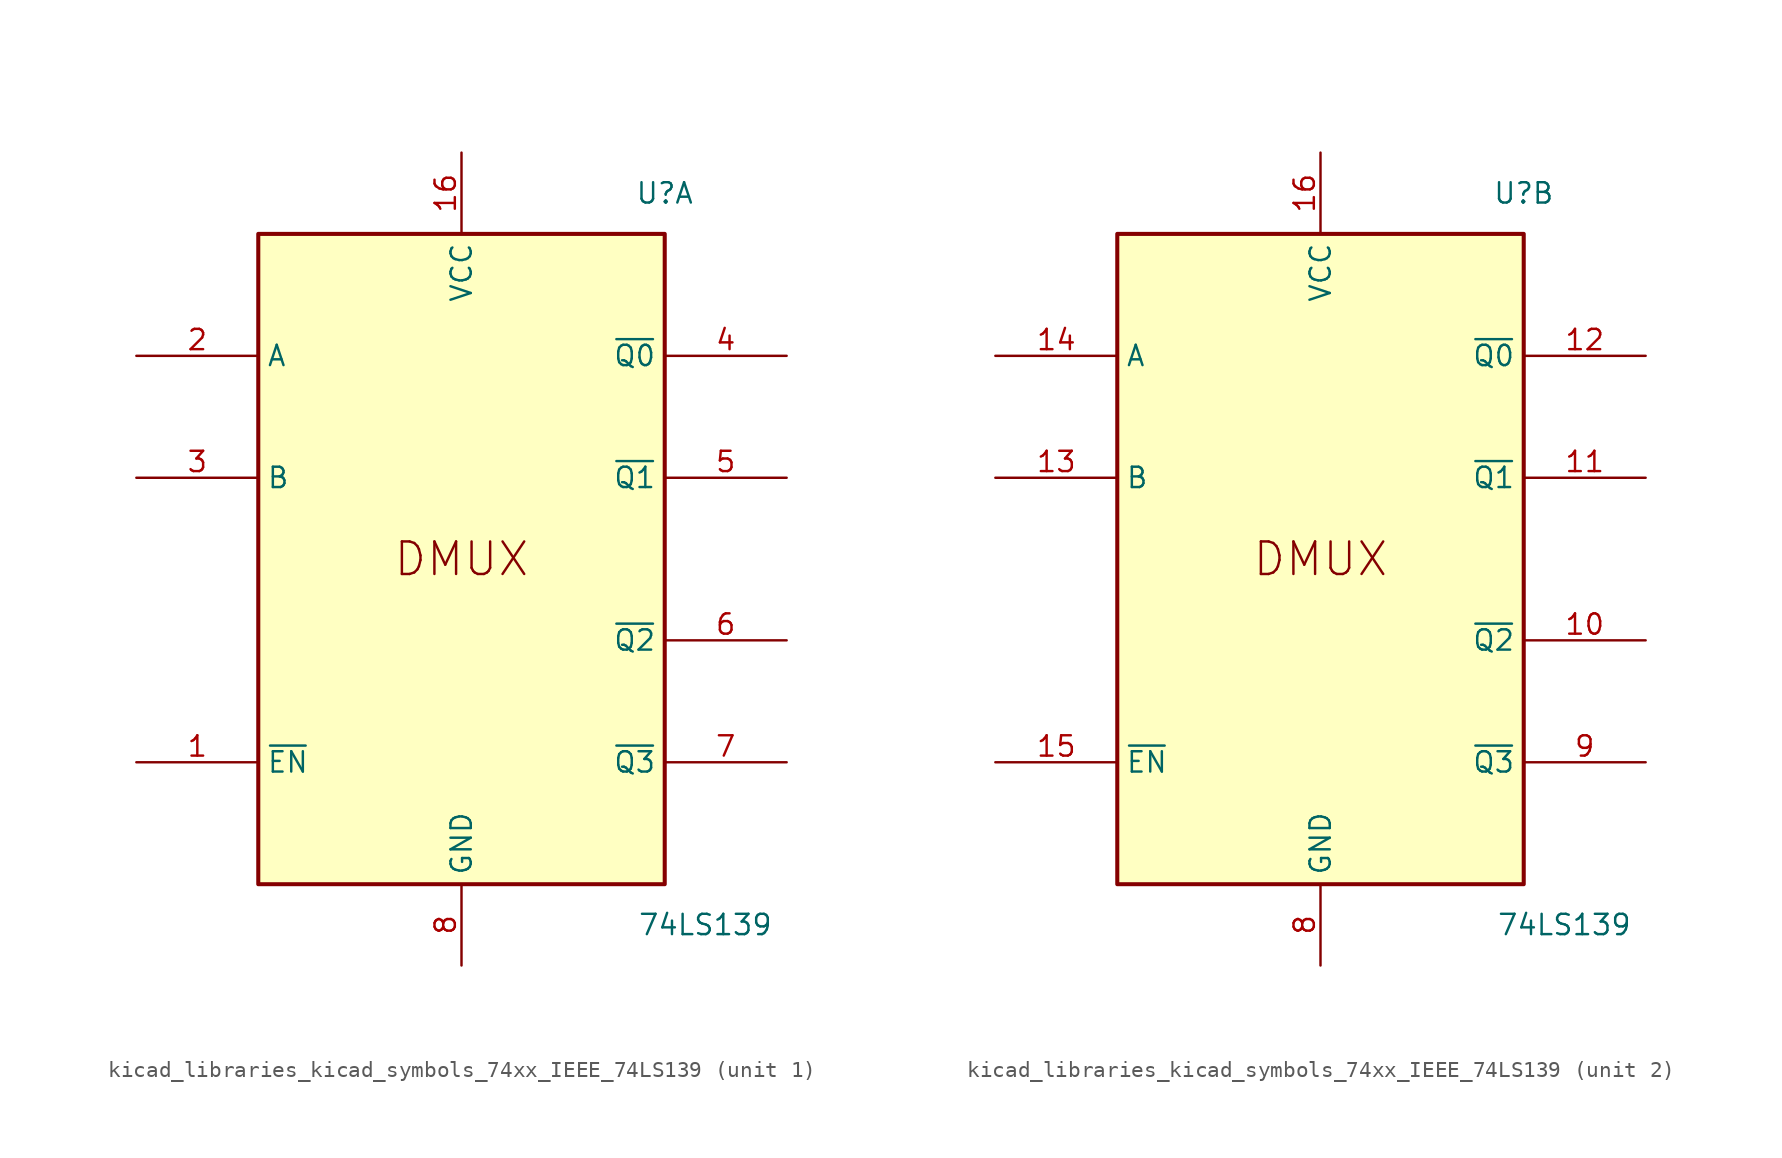
<source format=kicad_sym>
(kicad_symbol_lib
  (version 20220914)
  (generator kicad_symbol_editor)
  (symbol "kicad_libraries_kicad_symbols_74xx_IEEE_74LS139"
    (property "Reference" "U"
      (at 12.7 22.86 0)
      (effects (font (size 1.27 1.27))))
    (property "Value" "74LS139"
      (at 15.24 -22.86 0)
      (effects (font (size 1.27 1.27))))
    (symbol "kicad_libraries_kicad_symbols_74xx_IEEE_74LS139_0_0"
      (rectangle (start -12.7 20.32) (end 12.7 -20.32) (stroke (width 0.254) (type default)) (fill (type background)))
      (text "DMUX" (at 0 0 0) (effects (font (size 2.032 2.032))))
      (pin power_in line (at 0 25.4 270) (length 5.08) (name "VCC" (effects (font (size 1.27 1.27)))) (number "16" (effects (font (size 1.27 1.27)))))
      (pin power_in line (at 0 -25.4 90) (length 5.08) (name "GND" (effects (font (size 1.27 1.27)))) (number "8" (effects (font (size 1.27 1.27))))))
    (symbol "kicad_libraries_kicad_symbols_74xx_IEEE_74LS139_1_1"
      (pin input line (at -20.32 -12.7 0) (length 7.62) (name "~{EN}" (effects (font (size 1.27 1.27)))) (number "1" (effects (font (size 1.27 1.27)))))
      (pin input line (at -20.32 12.7 0) (length 7.62) (name "A" (effects (font (size 1.27 1.27)))) (number "2" (effects (font (size 1.27 1.27)))))
      (pin input line (at -20.32 5.08 0) (length 7.62) (name "B" (effects (font (size 1.27 1.27)))) (number "3" (effects (font (size 1.27 1.27)))))
      (pin output line (at 20.32 12.7 180) (length 7.62) (name "~{Q0}" (effects (font (size 1.27 1.27)))) (number "4" (effects (font (size 1.27 1.27)))))
      (pin output line (at 20.32 5.08 180) (length 7.62) (name "~{Q1}" (effects (font (size 1.27 1.27)))) (number "5" (effects (font (size 1.27 1.27)))))
      (pin output line (at 20.32 -5.08 180) (length 7.62) (name "~{Q2}" (effects (font (size 1.27 1.27)))) (number "6" (effects (font (size 1.27 1.27)))))
      (pin output line (at 20.32 -12.7 180) (length 7.62) (name "~{Q3}" (effects (font (size 1.27 1.27)))) (number "7" (effects (font (size 1.27 1.27))))))
    (symbol "kicad_libraries_kicad_symbols_74xx_IEEE_74LS139_2_1"
      (pin output line (at 20.32 -5.08 180) (length 7.62) (name "~{Q2}" (effects (font (size 1.27 1.27)))) (number "10" (effects (font (size 1.27 1.27)))))
      (pin output line (at 20.32 5.08 180) (length 7.62) (name "~{Q1}" (effects (font (size 1.27 1.27)))) (number "11" (effects (font (size 1.27 1.27)))))
      (pin output line (at 20.32 12.7 180) (length 7.62) (name "~{Q0}" (effects (font (size 1.27 1.27)))) (number "12" (effects (font (size 1.27 1.27)))))
      (pin input line (at -20.32 5.08 0) (length 7.62) (name "B" (effects (font (size 1.27 1.27)))) (number "13" (effects (font (size 1.27 1.27)))))
      (pin input line (at -20.32 12.7 0) (length 7.62) (name "A" (effects (font (size 1.27 1.27)))) (number "14" (effects (font (size 1.27 1.27)))))
      (pin input line (at -20.32 -12.7 0) (length 7.62) (name "~{EN}" (effects (font (size 1.27 1.27)))) (number "15" (effects (font (size 1.27 1.27)))))
      (pin output line (at 20.32 -12.7 180) (length 7.62) (name "~{Q3}" (effects (font (size 1.27 1.27)))) (number "9" (effects (font (size 1.27 1.27))))))))
</source>
